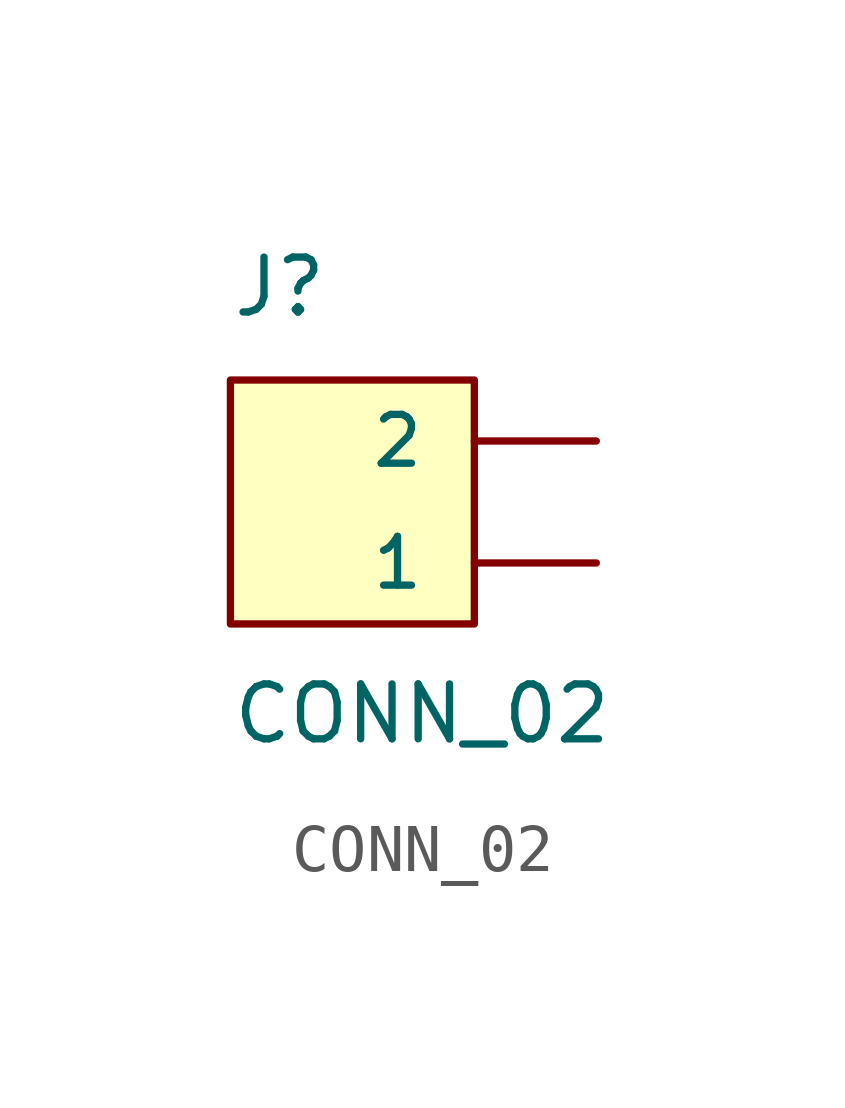
<source format=kicad_sym>
(kicad_symbol_lib
  (version 20211014)
  (generator kicad_symbol_editor)
  (symbol "CONN_02"
    (pin_numbers hide)
    (pin_names
      (offset 1.016))
    (property "Reference" "J"
      (at -5.08 5.08 0)
      (effects (font (size 1.143 1.143)) (justify left bottom)))
    (property "Value" "CONN_02"
      (at -5.08 -3.81 0)
      (effects (font (size 1.143 1.143)) (justify left bottom)))
    (property "ki_locked" ""
      (at 0 0 0)
      (effects (font (size 1.27 1.27))))
    (symbol "CONN_02_1_0"
      (rectangle (start 0 -1.27) (end -5.08 3.81) (stroke (width 0) (type default) (color 0 0 0 0)) (fill (type background))))
    (symbol "CONN_02_1_1"
      (pin passive line (at 2.54 0 180) (length 2.54) (name "1" (effects (font (size 1.016 1.016)))) (number "1" (effects (font (size 1.016 1.016)))))
      (pin passive line (at 2.54 2.54 180) (length 2.54) (name "2" (effects (font (size 1.016 1.016)))) (number "2" (effects (font (size 1.016 1.016))))))))
</source>
